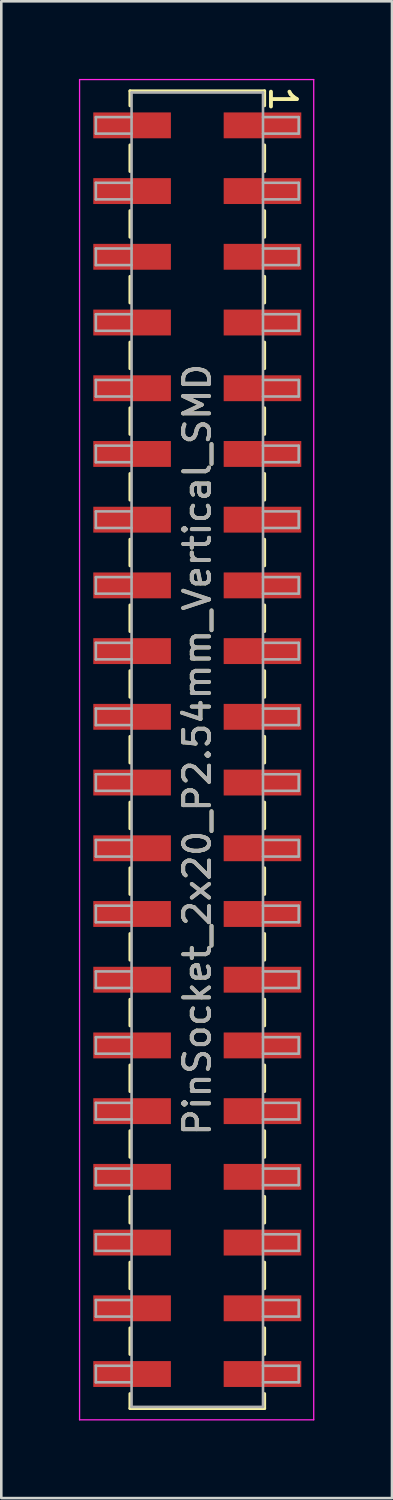
<source format=kicad_pcb>
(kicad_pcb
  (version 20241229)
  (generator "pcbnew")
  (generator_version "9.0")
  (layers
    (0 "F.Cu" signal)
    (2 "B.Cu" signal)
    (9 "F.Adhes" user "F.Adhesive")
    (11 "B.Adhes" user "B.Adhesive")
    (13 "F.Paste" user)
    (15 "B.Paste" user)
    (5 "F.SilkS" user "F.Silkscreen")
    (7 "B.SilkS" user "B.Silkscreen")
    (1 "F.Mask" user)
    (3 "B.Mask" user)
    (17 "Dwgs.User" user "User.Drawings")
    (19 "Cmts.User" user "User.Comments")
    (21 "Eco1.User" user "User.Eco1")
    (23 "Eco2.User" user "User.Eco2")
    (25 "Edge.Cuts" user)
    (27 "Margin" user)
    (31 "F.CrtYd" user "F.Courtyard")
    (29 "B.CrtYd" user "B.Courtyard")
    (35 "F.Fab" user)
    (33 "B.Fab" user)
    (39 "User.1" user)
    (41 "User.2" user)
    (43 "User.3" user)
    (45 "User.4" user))
  (footprint "PinSocket_2x20_P2.54mm_Vertical_SMD"
    (layer "F.Cu")
    (at 4.575 25.925)
    (property "Reference" "PinSocket_2x20_P2.54mm_Vertical_SMD" (at 0 0 90) (layer "F.SilkS") (effects (font (size 1 1) (thickness 0.15))))
    (attr smd)
    (fp_line (start -2.6 -25.46) (end -2.6 -24.89) (stroke (width 0.12) (type solid)) (layer "F.SilkS"))
    (fp_line (start -2.6 -25.46) (end 2.6 -25.46) (stroke (width 0.12) (type solid)) (layer "F.SilkS"))
    (fp_line (start -2.6 -23.37) (end -2.6 -22.35) (stroke (width 0.12) (type solid)) (layer "F.SilkS"))
    (fp_line (start -2.6 -20.83) (end -2.6 -19.81) (stroke (width 0.12) (type solid)) (layer "F.SilkS"))
    (fp_line (start -2.6 -18.29) (end -2.6 -17.27) (stroke (width 0.12) (type solid)) (layer "F.SilkS"))
    (fp_line (start -2.6 -15.75) (end -2.6 -14.73) (stroke (width 0.12) (type solid)) (layer "F.SilkS"))
    (fp_line (start -2.6 -13.21) (end -2.6 -12.19) (stroke (width 0.12) (type solid)) (layer "F.SilkS"))
    (fp_line (start -2.6 -10.67) (end -2.6 -9.65) (stroke (width 0.12) (type solid)) (layer "F.SilkS"))
    (fp_line (start -2.6 -8.13) (end -2.6 -7.11) (stroke (width 0.12) (type solid)) (layer "F.SilkS"))
    (fp_line (start -2.6 -5.59) (end -2.6 -4.57) (stroke (width 0.12) (type solid)) (layer "F.SilkS"))
    (fp_line (start -2.6 -3.05) (end -2.6 -2.03) (stroke (width 0.12) (type solid)) (layer "F.SilkS"))
    (fp_line (start -2.6 -0.51) (end -2.6 0.51) (stroke (width 0.12) (type solid)) (layer "F.SilkS"))
    (fp_line (start -2.6 2.03) (end -2.6 3.05) (stroke (width 0.12) (type solid)) (layer "F.SilkS"))
    (fp_line (start -2.6 4.57) (end -2.6 5.59) (stroke (width 0.12) (type solid)) (layer "F.SilkS"))
    (fp_line (start -2.6 7.11) (end -2.6 8.13) (stroke (width 0.12) (type solid)) (layer "F.SilkS"))
    (fp_line (start -2.6 9.65) (end -2.6 10.67) (stroke (width 0.12) (type solid)) (layer "F.SilkS"))
    (fp_line (start -2.6 12.19) (end -2.6 13.21) (stroke (width 0.12) (type solid)) (layer "F.SilkS"))
    (fp_line (start -2.6 14.73) (end -2.6 15.75) (stroke (width 0.12) (type solid)) (layer "F.SilkS"))
    (fp_line (start -2.6 17.27) (end -2.6 18.29) (stroke (width 0.12) (type solid)) (layer "F.SilkS"))
    (fp_line (start -2.6 19.81) (end -2.6 20.83) (stroke (width 0.12) (type solid)) (layer "F.SilkS"))
    (fp_line (start -2.6 22.35) (end -2.6 23.37) (stroke (width 0.12) (type solid)) (layer "F.SilkS"))
    (fp_line (start -2.6 24.89) (end -2.6 25.46) (stroke (width 0.12) (type solid)) (layer "F.SilkS"))
    (fp_line (start -2.6 25.46) (end 2.6 25.46) (stroke (width 0.12) (type solid)) (layer "F.SilkS"))
    (fp_line (start 2.6 -25.46) (end 2.6 -24.89) (stroke (width 0.12) (type solid)) (layer "F.SilkS"))
    (fp_line (start 2.6 -23.37) (end 2.6 -22.35) (stroke (width 0.12) (type solid)) (layer "F.SilkS"))
    (fp_line (start 2.6 -20.83) (end 2.6 -19.81) (stroke (width 0.12) (type solid)) (layer "F.SilkS"))
    (fp_line (start 2.6 -18.29) (end 2.6 -17.27) (stroke (width 0.12) (type solid)) (layer "F.SilkS"))
    (fp_line (start 2.6 -15.75) (end 2.6 -14.73) (stroke (width 0.12) (type solid)) (layer "F.SilkS"))
    (fp_line (start 2.6 -13.21) (end 2.6 -12.19) (stroke (width 0.12) (type solid)) (layer "F.SilkS"))
    (fp_line (start 2.6 -10.67) (end 2.6 -9.65) (stroke (width 0.12) (type solid)) (layer "F.SilkS"))
    (fp_line (start 2.6 -8.13) (end 2.6 -7.11) (stroke (width 0.12) (type solid)) (layer "F.SilkS"))
    (fp_line (start 2.6 -5.59) (end 2.6 -4.57) (stroke (width 0.12) (type solid)) (layer "F.SilkS"))
    (fp_line (start 2.6 -3.05) (end 2.6 -2.03) (stroke (width 0.12) (type solid)) (layer "F.SilkS"))
    (fp_line (start 2.6 -0.51) (end 2.6 0.51) (stroke (width 0.12) (type solid)) (layer "F.SilkS"))
    (fp_line (start 2.6 2.03) (end 2.6 3.05) (stroke (width 0.12) (type solid)) (layer "F.SilkS"))
    (fp_line (start 2.6 4.57) (end 2.6 5.59) (stroke (width 0.12) (type solid)) (layer "F.SilkS"))
    (fp_line (start 2.6 7.11) (end 2.6 8.13) (stroke (width 0.12) (type solid)) (layer "F.SilkS"))
    (fp_line (start 2.6 9.65) (end 2.6 10.67) (stroke (width 0.12) (type solid)) (layer "F.SilkS"))
    (fp_line (start 2.6 12.19) (end 2.6 13.21) (stroke (width 0.12) (type solid)) (layer "F.SilkS"))
    (fp_line (start 2.6 14.73) (end 2.6 15.75) (stroke (width 0.12) (type solid)) (layer "F.SilkS"))
    (fp_line (start 2.6 17.27) (end 2.6 18.29) (stroke (width 0.12) (type solid)) (layer "F.SilkS"))
    (fp_line (start 2.6 19.81) (end 2.6 20.83) (stroke (width 0.12) (type solid)) (layer "F.SilkS"))
    (fp_line (start 2.6 22.35) (end 2.6 23.37) (stroke (width 0.12) (type solid)) (layer "F.SilkS"))
    (fp_line (start 2.6 24.89) (end 2.6 25.46) (stroke (width 0.12) (type solid)) (layer "F.SilkS"))
    (fp_line (start -4.55 -25.9) (end 4.5 -25.9) (stroke (width 0.05) (type solid)) (layer "F.CrtYd"))
    (fp_line (start -4.55 25.9) (end -4.55 -25.9) (stroke (width 0.05) (type solid)) (layer "F.CrtYd"))
    (fp_line (start 4.5 -25.9) (end 4.5 25.9) (stroke (width 0.05) (type solid)) (layer "F.CrtYd"))
    (fp_line (start 4.5 25.9) (end -4.55 25.9) (stroke (width 0.05) (type solid)) (layer "F.CrtYd"))
    (fp_line (start -3.92 -24.45) (end -2.54 -24.45) (stroke (width 0.1) (type solid)) (layer "F.Fab"))
    (fp_line (start -3.92 -23.81) (end -3.92 -24.45) (stroke (width 0.1) (type solid)) (layer "F.Fab"))
    (fp_line (start -3.92 -21.91) (end -2.54 -21.91) (stroke (width 0.1) (type solid)) (layer "F.Fab"))
    (fp_line (start -3.92 -21.27) (end -3.92 -21.91) (stroke (width 0.1) (type solid)) (layer "F.Fab"))
    (fp_line (start -3.92 -19.37) (end -2.54 -19.37) (stroke (width 0.1) (type solid)) (layer "F.Fab"))
    (fp_line (start -3.92 -18.73) (end -3.92 -19.37) (stroke (width 0.1) (type solid)) (layer "F.Fab"))
    (fp_line (start -3.92 -16.83) (end -2.54 -16.83) (stroke (width 0.1) (type solid)) (layer "F.Fab"))
    (fp_line (start -3.92 -16.19) (end -3.92 -16.83) (stroke (width 0.1) (type solid)) (layer "F.Fab"))
    (fp_line (start -3.92 -14.29) (end -2.54 -14.29) (stroke (width 0.1) (type solid)) (layer "F.Fab"))
    (fp_line (start -3.92 -13.65) (end -3.92 -14.29) (stroke (width 0.1) (type solid)) (layer "F.Fab"))
    (fp_line (start -3.92 -11.75) (end -2.54 -11.75) (stroke (width 0.1) (type solid)) (layer "F.Fab"))
    (fp_line (start -3.92 -11.11) (end -3.92 -11.75) (stroke (width 0.1) (type solid)) (layer "F.Fab"))
    (fp_line (start -3.92 -9.21) (end -2.54 -9.21) (stroke (width 0.1) (type solid)) (layer "F.Fab"))
    (fp_line (start -3.92 -8.57) (end -3.92 -9.21) (stroke (width 0.1) (type solid)) (layer "F.Fab"))
    (fp_line (start -3.92 -6.67) (end -2.54 -6.67) (stroke (width 0.1) (type solid)) (layer "F.Fab"))
    (fp_line (start -3.92 -6.03) (end -3.92 -6.67) (stroke (width 0.1) (type solid)) (layer "F.Fab"))
    (fp_line (start -3.92 -4.13) (end -2.54 -4.13) (stroke (width 0.1) (type solid)) (layer "F.Fab"))
    (fp_line (start -3.92 -3.49) (end -3.92 -4.13) (stroke (width 0.1) (type solid)) (layer "F.Fab"))
    (fp_line (start -3.92 -1.59) (end -2.54 -1.59) (stroke (width 0.1) (type solid)) (layer "F.Fab"))
    (fp_line (start -3.92 -0.95) (end -3.92 -1.59) (stroke (width 0.1) (type solid)) (layer "F.Fab"))
    (fp_line (start -3.92 0.95) (end -2.54 0.95) (stroke (width 0.1) (type solid)) (layer "F.Fab"))
    (fp_line (start -3.92 1.59) (end -3.92 0.95) (stroke (width 0.1) (type solid)) (layer "F.Fab"))
    (fp_line (start -3.92 3.49) (end -2.54 3.49) (stroke (width 0.1) (type solid)) (layer "F.Fab"))
    (fp_line (start -3.92 4.13) (end -3.92 3.49) (stroke (width 0.1) (type solid)) (layer "F.Fab"))
    (fp_line (start -3.92 6.03) (end -2.54 6.03) (stroke (width 0.1) (type solid)) (layer "F.Fab"))
    (fp_line (start -3.92 6.67) (end -3.92 6.03) (stroke (width 0.1) (type solid)) (layer "F.Fab"))
    (fp_line (start -3.92 8.57) (end -2.54 8.57) (stroke (width 0.1) (type solid)) (layer "F.Fab"))
    (fp_line (start -3.92 9.21) (end -3.92 8.57) (stroke (width 0.1) (type solid)) (layer "F.Fab"))
    (fp_line (start -3.92 11.11) (end -2.54 11.11) (stroke (width 0.1) (type solid)) (layer "F.Fab"))
    (fp_line (start -3.92 11.75) (end -3.92 11.11) (stroke (width 0.1) (type solid)) (layer "F.Fab"))
    (fp_line (start -3.92 13.65) (end -2.54 13.65) (stroke (width 0.1) (type solid)) (layer "F.Fab"))
    (fp_line (start -3.92 14.29) (end -3.92 13.65) (stroke (width 0.1) (type solid)) (layer "F.Fab"))
    (fp_line (start -3.92 16.19) (end -2.54 16.19) (stroke (width 0.1) (type solid)) (layer "F.Fab"))
    (fp_line (start -3.92 16.83) (end -3.92 16.19) (stroke (width 0.1) (type solid)) (layer "F.Fab"))
    (fp_line (start -3.92 18.73) (end -2.54 18.73) (stroke (width 0.1) (type solid)) (layer "F.Fab"))
    (fp_line (start -3.92 19.37) (end -3.92 18.73) (stroke (width 0.1) (type solid)) (layer "F.Fab"))
    (fp_line (start -3.92 21.27) (end -2.54 21.27) (stroke (width 0.1) (type solid)) (layer "F.Fab"))
    (fp_line (start -3.92 21.91) (end -3.92 21.27) (stroke (width 0.1) (type solid)) (layer "F.Fab"))
    (fp_line (start -3.92 23.81) (end -2.54 23.81) (stroke (width 0.1) (type solid)) (layer "F.Fab"))
    (fp_line (start -3.92 24.45) (end -3.92 23.81) (stroke (width 0.1) (type solid)) (layer "F.Fab"))
    (fp_line (start -2.54 -25.4) (end 2.54 -25.4) (stroke (width 0.1) (type solid)) (layer "F.Fab"))
    (fp_line (start -2.54 -23.81) (end -3.92 -23.81) (stroke (width 0.1) (type solid)) (layer "F.Fab"))
    (fp_line (start -2.54 -21.27) (end -3.92 -21.27) (stroke (width 0.1) (type solid)) (layer "F.Fab"))
    (fp_line (start -2.54 -18.73) (end -3.92 -18.73) (stroke (width 0.1) (type solid)) (layer "F.Fab"))
    (fp_line (start -2.54 -16.19) (end -3.92 -16.19) (stroke (width 0.1) (type solid)) (layer "F.Fab"))
    (fp_line (start -2.54 -13.65) (end -3.92 -13.65) (stroke (width 0.1) (type solid)) (layer "F.Fab"))
    (fp_line (start -2.54 -11.11) (end -3.92 -11.11) (stroke (width 0.1) (type solid)) (layer "F.Fab"))
    (fp_line (start -2.54 -8.57) (end -3.92 -8.57) (stroke (width 0.1) (type solid)) (layer "F.Fab"))
    (fp_line (start -2.54 -6.03) (end -3.92 -6.03) (stroke (width 0.1) (type solid)) (layer "F.Fab"))
    (fp_line (start -2.54 -3.49) (end -3.92 -3.49) (stroke (width 0.1) (type solid)) (layer "F.Fab"))
    (fp_line (start -2.54 -0.95) (end -3.92 -0.95) (stroke (width 0.1) (type solid)) (layer "F.Fab"))
    (fp_line (start -2.54 1.59) (end -3.92 1.59) (stroke (width 0.1) (type solid)) (layer "F.Fab"))
    (fp_line (start -2.54 4.13) (end -3.92 4.13) (stroke (width 0.1) (type solid)) (layer "F.Fab"))
    (fp_line (start -2.54 6.67) (end -3.92 6.67) (stroke (width 0.1) (type solid)) (layer "F.Fab"))
    (fp_line (start -2.54 9.21) (end -3.92 9.21) (stroke (width 0.1) (type solid)) (layer "F.Fab"))
    (fp_line (start -2.54 11.75) (end -3.92 11.75) (stroke (width 0.1) (type solid)) (layer "F.Fab"))
    (fp_line (start -2.54 14.29) (end -3.92 14.29) (stroke (width 0.1) (type solid)) (layer "F.Fab"))
    (fp_line (start -2.54 16.83) (end -3.92 16.83) (stroke (width 0.1) (type solid)) (layer "F.Fab"))
    (fp_line (start -2.54 19.37) (end -3.92 19.37) (stroke (width 0.1) (type solid)) (layer "F.Fab"))
    (fp_line (start -2.54 21.91) (end -3.92 21.91) (stroke (width 0.1) (type solid)) (layer "F.Fab"))
    (fp_line (start -2.54 24.45) (end -3.92 24.45) (stroke (width 0.1) (type solid)) (layer "F.Fab"))
    (fp_line (start -2.54 25.4) (end -2.54 -25.4) (stroke (width 0.1) (type solid)) (layer "F.Fab"))
    (fp_line (start 2.54 -25.4) (end 2.54 25.4) (stroke (width 0.1) (type solid)) (layer "F.Fab"))
    (fp_line (start 2.54 -24.45) (end 3.92 -24.45) (stroke (width 0.1) (type solid)) (layer "F.Fab"))
    (fp_line (start 2.54 -21.91) (end 3.92 -21.91) (stroke (width 0.1) (type solid)) (layer "F.Fab"))
    (fp_line (start 2.54 -19.37) (end 3.92 -19.37) (stroke (width 0.1) (type solid)) (layer "F.Fab"))
    (fp_line (start 2.54 -16.83) (end 3.92 -16.83) (stroke (width 0.1) (type solid)) (layer "F.Fab"))
    (fp_line (start 2.54 -14.29) (end 3.92 -14.29) (stroke (width 0.1) (type solid)) (layer "F.Fab"))
    (fp_line (start 2.54 -11.75) (end 3.92 -11.75) (stroke (width 0.1) (type solid)) (layer "F.Fab"))
    (fp_line (start 2.54 -9.21) (end 3.92 -9.21) (stroke (width 0.1) (type solid)) (layer "F.Fab"))
    (fp_line (start 2.54 -6.67) (end 3.92 -6.67) (stroke (width 0.1) (type solid)) (layer "F.Fab"))
    (fp_line (start 2.54 -4.13) (end 3.92 -4.13) (stroke (width 0.1) (type solid)) (layer "F.Fab"))
    (fp_line (start 2.54 -1.59) (end 3.92 -1.59) (stroke (width 0.1) (type solid)) (layer "F.Fab"))
    (fp_line (start 2.54 0.95) (end 3.92 0.95) (stroke (width 0.1) (type solid)) (layer "F.Fab"))
    (fp_line (start 2.54 3.49) (end 3.92 3.49) (stroke (width 0.1) (type solid)) (layer "F.Fab"))
    (fp_line (start 2.54 6.03) (end 3.92 6.03) (stroke (width 0.1) (type solid)) (layer "F.Fab"))
    (fp_line (start 2.54 8.57) (end 3.92 8.57) (stroke (width 0.1) (type solid)) (layer "F.Fab"))
    (fp_line (start 2.54 11.11) (end 3.92 11.11) (stroke (width 0.1) (type solid)) (layer "F.Fab"))
    (fp_line (start 2.54 13.65) (end 3.92 13.65) (stroke (width 0.1) (type solid)) (layer "F.Fab"))
    (fp_line (start 2.54 16.19) (end 3.92 16.19) (stroke (width 0.1) (type solid)) (layer "F.Fab"))
    (fp_line (start 2.54 18.73) (end 3.92 18.73) (stroke (width 0.1) (type solid)) (layer "F.Fab"))
    (fp_line (start 2.54 21.27) (end 3.92 21.27) (stroke (width 0.1) (type solid)) (layer "F.Fab"))
    (fp_line (start 2.54 23.81) (end 3.92 23.81) (stroke (width 0.1) (type solid)) (layer "F.Fab"))
    (fp_line (start 2.54 25.4) (end -2.54 25.4) (stroke (width 0.1) (type solid)) (layer "F.Fab"))
    (fp_line (start 3.92 -24.45) (end 3.92 -23.81) (stroke (width 0.1) (type solid)) (layer "F.Fab"))
    (fp_line (start 3.92 -23.81) (end 2.54 -23.81) (stroke (width 0.1) (type solid)) (layer "F.Fab"))
    (fp_line (start 3.92 -21.91) (end 3.92 -21.27) (stroke (width 0.1) (type solid)) (layer "F.Fab"))
    (fp_line (start 3.92 -21.27) (end 2.54 -21.27) (stroke (width 0.1) (type solid)) (layer "F.Fab"))
    (fp_line (start 3.92 -19.37) (end 3.92 -18.73) (stroke (width 0.1) (type solid)) (layer "F.Fab"))
    (fp_line (start 3.92 -18.73) (end 2.54 -18.73) (stroke (width 0.1) (type solid)) (layer "F.Fab"))
    (fp_line (start 3.92 -16.83) (end 3.92 -16.19) (stroke (width 0.1) (type solid)) (layer "F.Fab"))
    (fp_line (start 3.92 -16.19) (end 2.54 -16.19) (stroke (width 0.1) (type solid)) (layer "F.Fab"))
    (fp_line (start 3.92 -14.29) (end 3.92 -13.65) (stroke (width 0.1) (type solid)) (layer "F.Fab"))
    (fp_line (start 3.92 -13.65) (end 2.54 -13.65) (stroke (width 0.1) (type solid)) (layer "F.Fab"))
    (fp_line (start 3.92 -11.75) (end 3.92 -11.11) (stroke (width 0.1) (type solid)) (layer "F.Fab"))
    (fp_line (start 3.92 -11.11) (end 2.54 -11.11) (stroke (width 0.1) (type solid)) (layer "F.Fab"))
    (fp_line (start 3.92 -9.21) (end 3.92 -8.57) (stroke (width 0.1) (type solid)) (layer "F.Fab"))
    (fp_line (start 3.92 -8.57) (end 2.54 -8.57) (stroke (width 0.1) (type solid)) (layer "F.Fab"))
    (fp_line (start 3.92 -6.67) (end 3.92 -6.03) (stroke (width 0.1) (type solid)) (layer "F.Fab"))
    (fp_line (start 3.92 -6.03) (end 2.54 -6.03) (stroke (width 0.1) (type solid)) (layer "F.Fab"))
    (fp_line (start 3.92 -4.13) (end 3.92 -3.49) (stroke (width 0.1) (type solid)) (layer "F.Fab"))
    (fp_line (start 3.92 -3.49) (end 2.54 -3.49) (stroke (width 0.1) (type solid)) (layer "F.Fab"))
    (fp_line (start 3.92 -1.59) (end 3.92 -0.95) (stroke (width 0.1) (type solid)) (layer "F.Fab"))
    (fp_line (start 3.92 -0.95) (end 2.54 -0.95) (stroke (width 0.1) (type solid)) (layer "F.Fab"))
    (fp_line (start 3.92 0.95) (end 3.92 1.59) (stroke (width 0.1) (type solid)) (layer "F.Fab"))
    (fp_line (start 3.92 1.59) (end 2.54 1.59) (stroke (width 0.1) (type solid)) (layer "F.Fab"))
    (fp_line (start 3.92 3.49) (end 3.92 4.13) (stroke (width 0.1) (type solid)) (layer "F.Fab"))
    (fp_line (start 3.92 4.13) (end 2.54 4.13) (stroke (width 0.1) (type solid)) (layer "F.Fab"))
    (fp_line (start 3.92 6.03) (end 3.92 6.67) (stroke (width 0.1) (type solid)) (layer "F.Fab"))
    (fp_line (start 3.92 6.67) (end 2.54 6.67) (stroke (width 0.1) (type solid)) (layer "F.Fab"))
    (fp_line (start 3.92 8.57) (end 3.92 9.21) (stroke (width 0.1) (type solid)) (layer "F.Fab"))
    (fp_line (start 3.92 9.21) (end 2.54 9.21) (stroke (width 0.1) (type solid)) (layer "F.Fab"))
    (fp_line (start 3.92 11.11) (end 3.92 11.75) (stroke (width 0.1) (type solid)) (layer "F.Fab"))
    (fp_line (start 3.92 11.75) (end 2.54 11.75) (stroke (width 0.1) (type solid)) (layer "F.Fab"))
    (fp_line (start 3.92 13.65) (end 3.92 14.29) (stroke (width 0.1) (type solid)) (layer "F.Fab"))
    (fp_line (start 3.92 14.29) (end 2.54 14.29) (stroke (width 0.1) (type solid)) (layer "F.Fab"))
    (fp_line (start 3.92 16.19) (end 3.92 16.83) (stroke (width 0.1) (type solid)) (layer "F.Fab"))
    (fp_line (start 3.92 16.83) (end 2.54 16.83) (stroke (width 0.1) (type solid)) (layer "F.Fab"))
    (fp_line (start 3.92 18.73) (end 3.92 19.37) (stroke (width 0.1) (type solid)) (layer "F.Fab"))
    (fp_line (start 3.92 19.37) (end 2.54 19.37) (stroke (width 0.1) (type solid)) (layer "F.Fab"))
    (fp_line (start 3.92 21.27) (end 3.92 21.91) (stroke (width 0.1) (type solid)) (layer "F.Fab"))
    (fp_line (start 3.92 21.91) (end 2.54 21.91) (stroke (width 0.1) (type solid)) (layer "F.Fab"))
    (fp_line (start 3.92 23.81) (end 3.92 24.45) (stroke (width 0.1) (type solid)) (layer "F.Fab"))
    (fp_line (start 3.92 24.45) (end 2.54 24.45) (stroke (width 0.1) (type solid)) (layer "F.Fab"))
    (fp_text user "1" (at 3.302 -25.146 270) (unlocked yes) (layer "F.SilkS") (effects (font (size 1 1) (thickness 0.15))))
    (fp_text user "${REFERENCE}" (at 0 0 90) (layer "F.Fab") (effects (font (size 1 1) (thickness 0.15))))
    (pad "1" smd rect (at 2.52 -24.13) (size 3 1) (layers "F.Cu" "F.Mask" "F.Paste"))
    (pad "2" smd rect (at -2.52 -24.13) (size 3 1) (layers "F.Cu" "F.Mask" "F.Paste"))
    (pad "3" smd rect (at 2.52 -21.59) (size 3 1) (layers "F.Cu" "F.Mask" "F.Paste"))
    (pad "4" smd rect (at -2.52 -21.59) (size 3 1) (layers "F.Cu" "F.Mask" "F.Paste"))
    (pad "5" smd rect (at 2.52 -19.05) (size 3 1) (layers "F.Cu" "F.Mask" "F.Paste"))
    (pad "6" smd rect (at -2.52 -19.05) (size 3 1) (layers "F.Cu" "F.Mask" "F.Paste"))
    (pad "7" smd rect (at 2.52 -16.51) (size 3 1) (layers "F.Cu" "F.Mask" "F.Paste"))
    (pad "8" smd rect (at -2.52 -16.51) (size 3 1) (layers "F.Cu" "F.Mask" "F.Paste"))
    (pad "9" smd rect (at 2.52 -13.97) (size 3 1) (layers "F.Cu" "F.Mask" "F.Paste"))
    (pad "10" smd rect (at -2.52 -13.97) (size 3 1) (layers "F.Cu" "F.Mask" "F.Paste"))
    (pad "11" smd rect (at 2.52 -11.43) (size 3 1) (layers "F.Cu" "F.Mask" "F.Paste"))
    (pad "12" smd rect (at -2.52 -11.43) (size 3 1) (layers "F.Cu" "F.Mask" "F.Paste"))
    (pad "13" smd rect (at 2.52 -8.89) (size 3 1) (layers "F.Cu" "F.Mask" "F.Paste"))
    (pad "14" smd rect (at -2.52 -8.89) (size 3 1) (layers "F.Cu" "F.Mask" "F.Paste"))
    (pad "15" smd rect (at 2.52 -6.35) (size 3 1) (layers "F.Cu" "F.Mask" "F.Paste"))
    (pad "16" smd rect (at -2.52 -6.35) (size 3 1) (layers "F.Cu" "F.Mask" "F.Paste"))
    (pad "17" smd rect (at 2.52 -3.81) (size 3 1) (layers "F.Cu" "F.Mask" "F.Paste"))
    (pad "18" smd rect (at -2.52 -3.81) (size 3 1) (layers "F.Cu" "F.Mask" "F.Paste"))
    (pad "19" smd rect (at 2.52 -1.27) (size 3 1) (layers "F.Cu" "F.Mask" "F.Paste"))
    (pad "20" smd rect (at -2.52 -1.27) (size 3 1) (layers "F.Cu" "F.Mask" "F.Paste"))
    (pad "21" smd rect (at 2.52 1.27) (size 3 1) (layers "F.Cu" "F.Mask" "F.Paste"))
    (pad "22" smd rect (at -2.52 1.27) (size 3 1) (layers "F.Cu" "F.Mask" "F.Paste"))
    (pad "23" smd rect (at 2.52 3.81) (size 3 1) (layers "F.Cu" "F.Mask" "F.Paste"))
    (pad "24" smd rect (at -2.52 3.81) (size 3 1) (layers "F.Cu" "F.Mask" "F.Paste"))
    (pad "25" smd rect (at 2.52 6.35) (size 3 1) (layers "F.Cu" "F.Mask" "F.Paste"))
    (pad "26" smd rect (at -2.52 6.35) (size 3 1) (layers "F.Cu" "F.Mask" "F.Paste"))
    (pad "27" smd rect (at 2.52 8.89) (size 3 1) (layers "F.Cu" "F.Mask" "F.Paste"))
    (pad "28" smd rect (at -2.52 8.89) (size 3 1) (layers "F.Cu" "F.Mask" "F.Paste"))
    (pad "29" smd rect (at 2.52 11.43) (size 3 1) (layers "F.Cu" "F.Mask" "F.Paste"))
    (pad "30" smd rect (at -2.52 11.43) (size 3 1) (layers "F.Cu" "F.Mask" "F.Paste"))
    (pad "31" smd rect (at 2.52 13.97) (size 3 1) (layers "F.Cu" "F.Mask" "F.Paste"))
    (pad "32" smd rect (at -2.52 13.97) (size 3 1) (layers "F.Cu" "F.Mask" "F.Paste"))
    (pad "33" smd rect (at 2.52 16.51) (size 3 1) (layers "F.Cu" "F.Mask" "F.Paste"))
    (pad "34" smd rect (at -2.52 16.51) (size 3 1) (layers "F.Cu" "F.Mask" "F.Paste"))
    (pad "35" smd rect (at 2.52 19.05) (size 3 1) (layers "F.Cu" "F.Mask" "F.Paste"))
    (pad "36" smd rect (at -2.52 19.05) (size 3 1) (layers "F.Cu" "F.Mask" "F.Paste"))
    (pad "37" smd rect (at 2.52 21.59) (size 3 1) (layers "F.Cu" "F.Mask" "F.Paste"))
    (pad "38" smd rect (at -2.52 21.59) (size 3 1) (layers "F.Cu" "F.Mask" "F.Paste"))
    (pad "39" smd rect (at 2.52 24.13) (size 3 1) (layers "F.Cu" "F.Mask" "F.Paste"))
    (pad "40" smd rect (at -2.52 24.13) (size 3 1) (layers "F.Cu" "F.Mask" "F.Paste")))
  (gr_rect
    (start -3 -3)
    (end 12.1 54.85)
    (stroke (width 0.1) (type default))
    (fill no)
    (layer "Edge.Cuts")))
</source>
